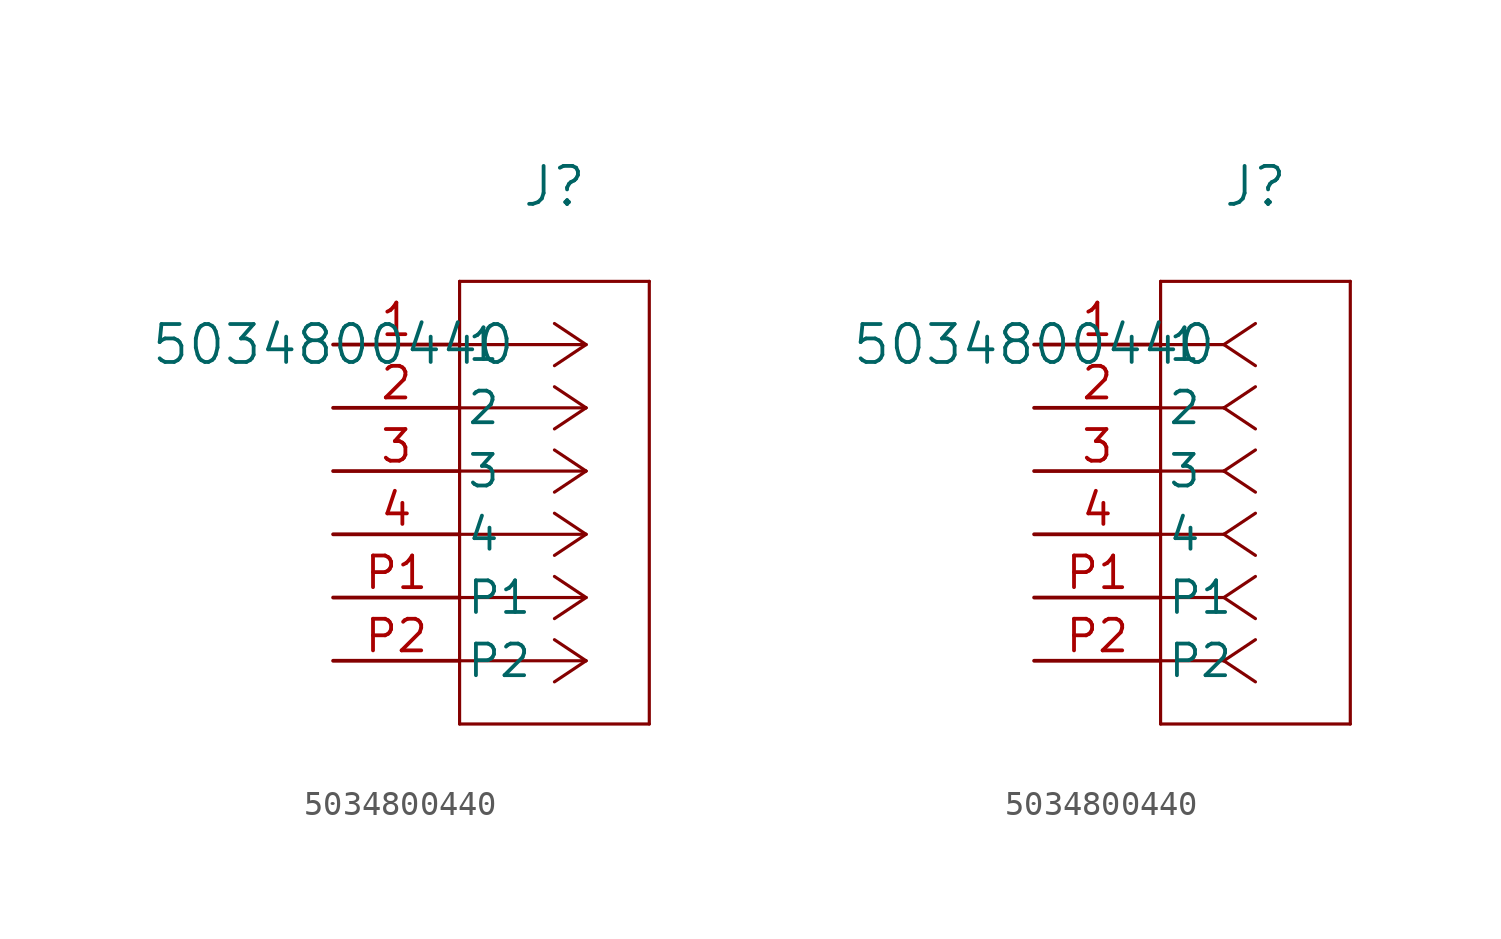
<source format=kicad_sym>
(kicad_symbol_lib
  (version 20211014)
  (generator kicad_symbol_editor)
  (symbol "5034800440"
    (pin_names
      (offset 0.254))
    (property "Reference" "J"
      (at 8.89 6.35 0)
      (effects (font (size 1.524 1.524))))
    (property "Value" "5034800440"
      (at 0 0 0)
      (effects (font (size 1.524 1.524))))
    (symbol "5034800440_1_1"
      (polyline (pts (xy 10.16 0) (xy 5.08 0)) (stroke (width 0.127) (type default) (color 0 0 0 0)) (fill (type none)))
      (polyline (pts (xy 10.16 -2.54) (xy 5.08 -2.54)) (stroke (width 0.127) (type default) (color 0 0 0 0)) (fill (type none)))
      (polyline (pts (xy 10.16 -5.08) (xy 5.08 -5.08)) (stroke (width 0.127) (type default) (color 0 0 0 0)) (fill (type none)))
      (polyline (pts (xy 10.16 -7.62) (xy 5.08 -7.62)) (stroke (width 0.127) (type default) (color 0 0 0 0)) (fill (type none)))
      (polyline (pts (xy 10.16 -10.16) (xy 5.08 -10.16)) (stroke (width 0.127) (type default) (color 0 0 0 0)) (fill (type none)))
      (polyline (pts (xy 10.16 -12.7) (xy 5.08 -12.7)) (stroke (width 0.127) (type default) (color 0 0 0 0)) (fill (type none)))
      (polyline (pts (xy 10.16 0) (xy 8.89 0.847)) (stroke (width 0.127) (type default) (color 0 0 0 0)) (fill (type none)))
      (polyline (pts (xy 10.16 -2.54) (xy 8.89 -1.693)) (stroke (width 0.127) (type default) (color 0 0 0 0)) (fill (type none)))
      (polyline (pts (xy 10.16 -5.08) (xy 8.89 -4.233)) (stroke (width 0.127) (type default) (color 0 0 0 0)) (fill (type none)))
      (polyline (pts (xy 10.16 -7.62) (xy 8.89 -6.773)) (stroke (width 0.127) (type default) (color 0 0 0 0)) (fill (type none)))
      (polyline (pts (xy 10.16 -10.16) (xy 8.89 -9.313)) (stroke (width 0.127) (type default) (color 0 0 0 0)) (fill (type none)))
      (polyline (pts (xy 10.16 -12.7) (xy 8.89 -11.853)) (stroke (width 0.127) (type default) (color 0 0 0 0)) (fill (type none)))
      (polyline (pts (xy 10.16 0) (xy 8.89 -0.847)) (stroke (width 0.127) (type default) (color 0 0 0 0)) (fill (type none)))
      (polyline (pts (xy 10.16 -2.54) (xy 8.89 -3.387)) (stroke (width 0.127) (type default) (color 0 0 0 0)) (fill (type none)))
      (polyline (pts (xy 10.16 -5.08) (xy 8.89 -5.927)) (stroke (width 0.127) (type default) (color 0 0 0 0)) (fill (type none)))
      (polyline (pts (xy 10.16 -7.62) (xy 8.89 -8.467)) (stroke (width 0.127) (type default) (color 0 0 0 0)) (fill (type none)))
      (polyline (pts (xy 10.16 -10.16) (xy 8.89 -11.007)) (stroke (width 0.127) (type default) (color 0 0 0 0)) (fill (type none)))
      (polyline (pts (xy 10.16 -12.7) (xy 8.89 -13.547)) (stroke (width 0.127) (type default) (color 0 0 0 0)) (fill (type none)))
      (polyline (pts (xy 5.08 2.54) (xy 5.08 -15.24)) (stroke (width 0.127) (type default) (color 0 0 0 0)) (fill (type none)))
      (polyline (pts (xy 5.08 -15.24) (xy 12.7 -15.24)) (stroke (width 0.127) (type default) (color 0 0 0 0)) (fill (type none)))
      (polyline (pts (xy 12.7 -15.24) (xy 12.7 2.54)) (stroke (width 0.127) (type default) (color 0 0 0 0)) (fill (type none)))
      (polyline (pts (xy 12.7 2.54) (xy 5.08 2.54)) (stroke (width 0.127) (type default) (color 0 0 0 0)) (fill (type none)))
      (pin unspecified line (at 0 0 0) (length 5.08) (name "1" (effects (font (size 1.27 1.27)))) (number "1" (effects (font (size 1.27 1.27)))))
      (pin unspecified line (at 0 -2.54 0) (length 5.08) (name "2" (effects (font (size 1.27 1.27)))) (number "2" (effects (font (size 1.27 1.27)))))
      (pin unspecified line (at 0 -5.08 0) (length 5.08) (name "3" (effects (font (size 1.27 1.27)))) (number "3" (effects (font (size 1.27 1.27)))))
      (pin unspecified line (at 0 -7.62 0) (length 5.08) (name "4" (effects (font (size 1.27 1.27)))) (number "4" (effects (font (size 1.27 1.27)))))
      (pin unspecified line (at 0 -10.16 0) (length 5.08) (name "P1" (effects (font (size 1.27 1.27)))) (number "P1" (effects (font (size 1.27 1.27)))))
      (pin unspecified line (at 0 -12.7 0) (length 5.08) (name "P2" (effects (font (size 1.27 1.27)))) (number "P2" (effects (font (size 1.27 1.27))))))
    (symbol "5034800440_1_2"
      (polyline (pts (xy 7.62 0) (xy 5.08 0)) (stroke (width 0.127) (type default) (color 0 0 0 0)) (fill (type none)))
      (polyline (pts (xy 7.62 -2.54) (xy 5.08 -2.54)) (stroke (width 0.127) (type default) (color 0 0 0 0)) (fill (type none)))
      (polyline (pts (xy 7.62 -5.08) (xy 5.08 -5.08)) (stroke (width 0.127) (type default) (color 0 0 0 0)) (fill (type none)))
      (polyline (pts (xy 7.62 -7.62) (xy 5.08 -7.62)) (stroke (width 0.127) (type default) (color 0 0 0 0)) (fill (type none)))
      (polyline (pts (xy 7.62 -10.16) (xy 5.08 -10.16)) (stroke (width 0.127) (type default) (color 0 0 0 0)) (fill (type none)))
      (polyline (pts (xy 7.62 -12.7) (xy 5.08 -12.7)) (stroke (width 0.127) (type default) (color 0 0 0 0)) (fill (type none)))
      (polyline (pts (xy 7.62 0) (xy 8.89 0.847)) (stroke (width 0.127) (type default) (color 0 0 0 0)) (fill (type none)))
      (polyline (pts (xy 7.62 -2.54) (xy 8.89 -1.693)) (stroke (width 0.127) (type default) (color 0 0 0 0)) (fill (type none)))
      (polyline (pts (xy 7.62 -5.08) (xy 8.89 -4.233)) (stroke (width 0.127) (type default) (color 0 0 0 0)) (fill (type none)))
      (polyline (pts (xy 7.62 -7.62) (xy 8.89 -6.773)) (stroke (width 0.127) (type default) (color 0 0 0 0)) (fill (type none)))
      (polyline (pts (xy 7.62 -10.16) (xy 8.89 -9.313)) (stroke (width 0.127) (type default) (color 0 0 0 0)) (fill (type none)))
      (polyline (pts (xy 7.62 -12.7) (xy 8.89 -11.853)) (stroke (width 0.127) (type default) (color 0 0 0 0)) (fill (type none)))
      (polyline (pts (xy 7.62 0) (xy 8.89 -0.847)) (stroke (width 0.127) (type default) (color 0 0 0 0)) (fill (type none)))
      (polyline (pts (xy 7.62 -2.54) (xy 8.89 -3.387)) (stroke (width 0.127) (type default) (color 0 0 0 0)) (fill (type none)))
      (polyline (pts (xy 7.62 -5.08) (xy 8.89 -5.927)) (stroke (width 0.127) (type default) (color 0 0 0 0)) (fill (type none)))
      (polyline (pts (xy 7.62 -7.62) (xy 8.89 -8.467)) (stroke (width 0.127) (type default) (color 0 0 0 0)) (fill (type none)))
      (polyline (pts (xy 7.62 -10.16) (xy 8.89 -11.007)) (stroke (width 0.127) (type default) (color 0 0 0 0)) (fill (type none)))
      (polyline (pts (xy 7.62 -12.7) (xy 8.89 -13.547)) (stroke (width 0.127) (type default) (color 0 0 0 0)) (fill (type none)))
      (polyline (pts (xy 5.08 2.54) (xy 5.08 -15.24)) (stroke (width 0.127) (type default) (color 0 0 0 0)) (fill (type none)))
      (polyline (pts (xy 5.08 -15.24) (xy 12.7 -15.24)) (stroke (width 0.127) (type default) (color 0 0 0 0)) (fill (type none)))
      (polyline (pts (xy 12.7 -15.24) (xy 12.7 2.54)) (stroke (width 0.127) (type default) (color 0 0 0 0)) (fill (type none)))
      (polyline (pts (xy 12.7 2.54) (xy 5.08 2.54)) (stroke (width 0.127) (type default) (color 0 0 0 0)) (fill (type none)))
      (pin unspecified line (at 0 0 0) (length 5.08) (name "1" (effects (font (size 1.27 1.27)))) (number "1" (effects (font (size 1.27 1.27)))))
      (pin unspecified line (at 0 -2.54 0) (length 5.08) (name "2" (effects (font (size 1.27 1.27)))) (number "2" (effects (font (size 1.27 1.27)))))
      (pin unspecified line (at 0 -5.08 0) (length 5.08) (name "3" (effects (font (size 1.27 1.27)))) (number "3" (effects (font (size 1.27 1.27)))))
      (pin unspecified line (at 0 -7.62 0) (length 5.08) (name "4" (effects (font (size 1.27 1.27)))) (number "4" (effects (font (size 1.27 1.27)))))
      (pin unspecified line (at 0 -10.16 0) (length 5.08) (name "P1" (effects (font (size 1.27 1.27)))) (number "P1" (effects (font (size 1.27 1.27)))))
      (pin unspecified line (at 0 -12.7 0) (length 5.08) (name "P2" (effects (font (size 1.27 1.27)))) (number "P2" (effects (font (size 1.27 1.27))))))))
</source>
